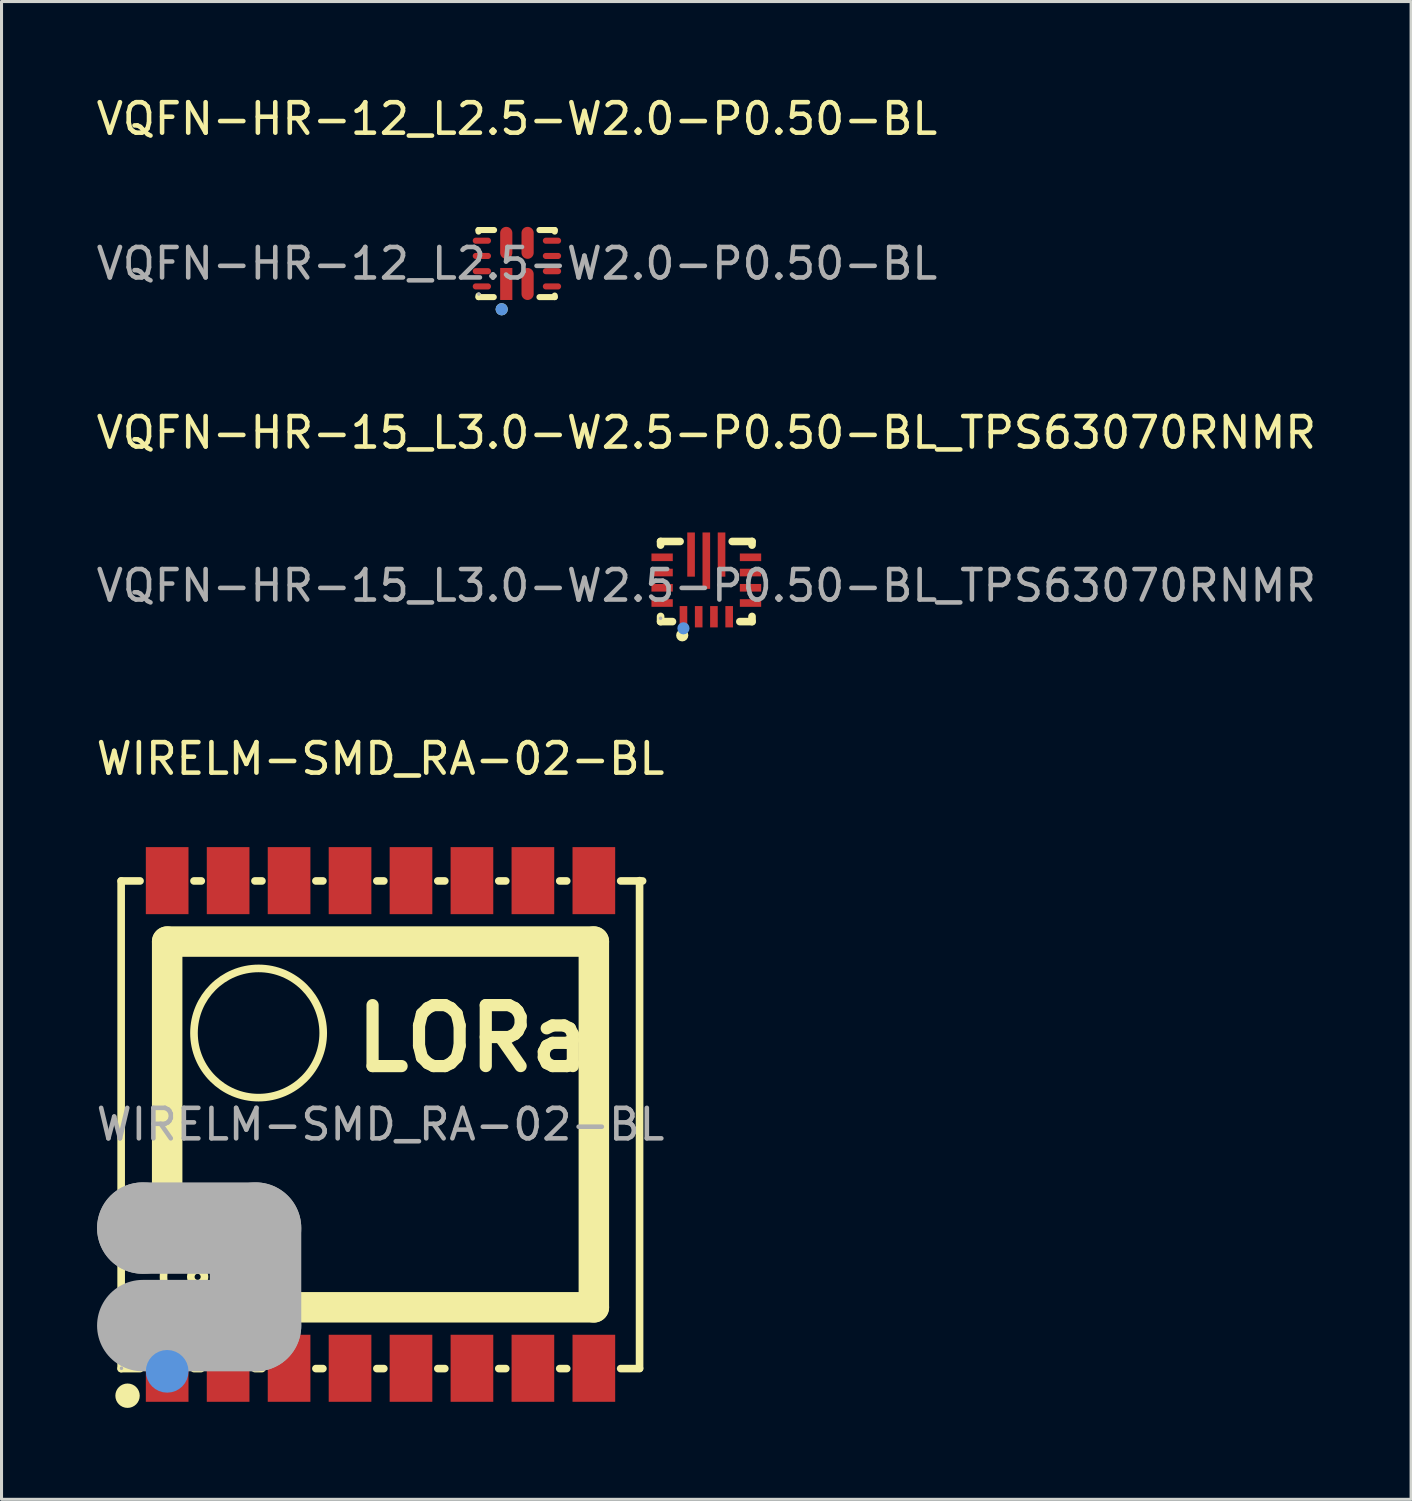
<source format=kicad_pcb>
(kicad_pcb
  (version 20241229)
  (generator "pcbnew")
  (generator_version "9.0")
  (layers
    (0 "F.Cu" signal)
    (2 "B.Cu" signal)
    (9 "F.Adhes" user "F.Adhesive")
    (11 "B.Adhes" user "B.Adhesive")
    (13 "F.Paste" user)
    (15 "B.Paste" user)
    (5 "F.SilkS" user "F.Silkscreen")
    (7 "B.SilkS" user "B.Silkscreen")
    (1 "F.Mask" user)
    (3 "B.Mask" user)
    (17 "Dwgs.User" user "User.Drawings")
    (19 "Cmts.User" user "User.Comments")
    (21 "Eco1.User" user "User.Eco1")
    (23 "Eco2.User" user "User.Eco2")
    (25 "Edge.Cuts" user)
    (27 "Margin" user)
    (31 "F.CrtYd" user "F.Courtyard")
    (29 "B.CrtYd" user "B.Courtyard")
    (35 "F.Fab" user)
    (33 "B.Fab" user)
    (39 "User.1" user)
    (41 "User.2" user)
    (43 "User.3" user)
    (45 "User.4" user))
  (footprint "VQFN-HR-15_L3.0-W2.5-P0.50-BL_TPS63070RNMR"
    (layer "F.Cu")
    (at 20.125 16.166)
    (property "Reference" "VQFN-HR-15_L3.0-W2.5-P0.50-BL_TPS63070RNMR" (at 0 -5.02 0) (layer "F.SilkS") (effects (font (size 1 1) (thickness 0.15))))
    (attr smd)
    (fp_line (start -1.5 -1.45) (end -1.5 -1.33) (stroke (width 0.25) (type solid)) (layer "F.SilkS"))
    (fp_line (start -1.5 1.01) (end -1.5 1.18) (stroke (width 0.25) (type solid)) (layer "F.SilkS"))
    (fp_line (start -1.5 1.18) (end -1.11 1.18) (stroke (width 0.25) (type solid)) (layer "F.SilkS"))
    (fp_line (start -0.86 -1.45) (end -1.5 -1.45) (stroke (width 0.25) (type solid)) (layer "F.SilkS"))
    (fp_line (start 1.1 1.18) (end 1.5 1.18) (stroke (width 0.25) (type solid)) (layer "F.SilkS"))
    (fp_line (start 1.5 -1.45) (end 0.85 -1.45) (stroke (width 0.25) (type solid)) (layer "F.SilkS"))
    (fp_line (start 1.5 -1.33) (end 1.5 -1.45) (stroke (width 0.25) (type solid)) (layer "F.SilkS"))
    (fp_line (start 1.5 1.18) (end 1.5 1.01) (stroke (width 0.25) (type solid)) (layer "F.SilkS"))
    (fp_circle (center -0.79 1.63) (end -0.69 1.63) (stroke (width 0.2) (type solid)) (fill no) (layer "F.SilkS"))
    (fp_circle (center -0.75 1.4) (end -0.65 1.4) (stroke (width 0.2) (type solid)) (fill no) (layer "Cmts.User"))
    (fp_circle (center -1.5 1.07) (end -1.47 1.07) (stroke (width 0.06) (type solid)) (fill no) (layer "F.Fab"))
    (fp_text user "${REFERENCE}" (at 0 0 0) (layer "F.Fab") (effects (font (size 1 1) (thickness 0.15))))
    (pad "1" smd rect (at -0.75 1.02 180) (size 0.25 0.7) (layers "F.Cu" "F.Mask" "F.Paste"))
    (pad "2" smd rect (at -0.25 1.02 180) (size 0.25 0.7) (layers "F.Cu" "F.Mask" "F.Paste"))
    (pad "3" smd rect (at 0.25 1.02 180) (size 0.25 0.7) (layers "F.Cu" "F.Mask" "F.Paste"))
    (pad "4" smd rect (at 0.75 1.02 180) (size 0.25 0.7) (layers "F.Cu" "F.Mask" "F.Paste"))
    (pad "5" smd rect (at 1.45 0.57 270) (size 0.25 0.7) (layers "F.Cu" "F.Mask" "F.Paste"))
    (pad "6" smd rect (at 1.45 0.07 270) (size 0.25 0.7) (layers "F.Cu" "F.Mask" "F.Paste"))
    (pad "7" smd rect (at 1.45 -0.43 270) (size 0.25 0.7) (layers "F.Cu" "F.Mask" "F.Paste"))
    (pad "8" smd rect (at 1.45 -0.93 270) (size 0.25 0.7) (layers "F.Cu" "F.Mask" "F.Paste"))
    (pad "9" smd rect (at 0.5 -1.02) (size 0.25 1.45) (layers "F.Cu" "F.Mask" "F.Paste"))
    (pad "10" smd rect (at 0 -0.82) (size 0.25 1.85) (layers "F.Cu" "F.Mask" "F.Paste"))
    (pad "11" smd rect (at -0.5 -1.02) (size 0.25 1.45) (layers "F.Cu" "F.Mask" "F.Paste"))
    (pad "12" smd rect (at -1.45 -0.93 90) (size 0.25 0.7) (layers "F.Cu" "F.Mask" "F.Paste"))
    (pad "13" smd rect (at -1.45 -0.43 90) (size 0.25 0.7) (layers "F.Cu" "F.Mask" "F.Paste"))
    (pad "14" smd rect (at -1.45 0.07 90) (size 0.25 0.7) (layers "F.Cu" "F.Mask" "F.Paste"))
    (pad "15" smd rect (at -1.45 0.57 90) (size 0.25 0.7) (layers "F.Cu" "F.Mask" "F.Paste")))
  (footprint "VQFN-HR-12_L2.5-W2.0-P0.50-BL"
    (layer "F.Cu")
    (at 13.911 5.598)
    (property "Reference" "VQFN-HR-12_L2.5-W2.0-P0.50-BL" (at 0 -4.75 0) (layer "F.SilkS") (effects (font (size 1 1) (thickness 0.15))))
    (attr smd)
    (fp_line (start -1.26 -1.1) (end -0.75 -1.1) (stroke (width 0.2) (type solid)) (layer "F.SilkS"))
    (fp_line (start -1.26 -1.05) (end -1.26 -1.1) (stroke (width 0.2) (type solid)) (layer "F.SilkS"))
    (fp_line (start -1.26 1.1) (end -1.26 1.05) (stroke (width 0.2) (type solid)) (layer "F.SilkS"))
    (fp_line (start -1.26 1.1) (end -0.76 1.1) (stroke (width 0.2) (type solid)) (layer "F.SilkS"))
    (fp_line (start 0.74 -1.1) (end 1.24 -1.1) (stroke (width 0.2) (type solid)) (layer "F.SilkS"))
    (fp_line (start 0.74 1.1) (end 1.24 1.1) (stroke (width 0.2) (type solid)) (layer "F.SilkS"))
    (fp_line (start 1.24 -1.05) (end 1.24 -1.1) (stroke (width 0.2) (type solid)) (layer "F.SilkS"))
    (fp_line (start 1.24 1.1) (end 1.24 1.05) (stroke (width 0.2) (type solid)) (layer "F.SilkS"))
    (fp_circle (center -0.5 1.5) (end -0.4 1.5) (stroke (width 0.2) (type solid)) (fill no) (layer "F.SilkS"))
    (fp_circle (center -0.5 1.5) (end -0.4 1.5) (stroke (width 0.2) (type solid)) (fill no) (layer "Cmts.User"))
    (fp_circle (center -1.25 1) (end -1.22 1) (stroke (width 0.06) (type solid)) (fill no) (layer "F.Fab"))
    (fp_text user "${REFERENCE}" (at 0 0 0) (layer "F.Fab") (effects (font (size 1 1) (thickness 0.15))))
    (pad "1" smd rect (at -0.35 0.67 270) (size 1.05 0.4) (layers "F.Cu" "F.Mask" "F.Paste"))
    (pad "2" smd oval (at 0.35 0.67 270) (size 1.05 0.4) (layers "F.Cu" "F.Mask" "F.Paste"))
    (pad "3" smd oval (at 1.15 0.75) (size 0.6 0.2) (layers "F.Cu" "F.Mask" "F.Paste"))
    (pad "4" smd oval (at 1.15 0.25) (size 0.6 0.2) (layers "F.Cu" "F.Mask" "F.Paste"))
    (pad "5" smd oval (at 1.15 -0.25) (size 0.6 0.2) (layers "F.Cu" "F.Mask" "F.Paste"))
    (pad "6" smd oval (at 1.15 -0.75) (size 0.6 0.2) (layers "F.Cu" "F.Mask" "F.Paste"))
    (pad "7" smd oval (at 0.35 -0.68 270) (size 1.05 0.4) (layers "F.Cu" "F.Mask" "F.Paste"))
    (pad "8" smd oval (at -0.35 -0.68 270) (size 1.05 0.4) (layers "F.Cu" "F.Mask" "F.Paste"))
    (pad "9" smd oval (at -1.15 -0.75) (size 0.6 0.2) (layers "F.Cu" "F.Mask" "F.Paste"))
    (pad "10" smd oval (at -1.15 -0.25) (size 0.6 0.2) (layers "F.Cu" "F.Mask" "F.Paste"))
    (pad "11" smd oval (at -1.15 0.25) (size 0.6 0.2) (layers "F.Cu" "F.Mask" "F.Paste"))
    (pad "12" smd oval (at -1.15 0.75) (size 0.6 0.2) (layers "F.Cu" "F.Mask" "F.Paste")))
  (footprint "WIRELM-SMD_RA-02-BL"
    (layer "F.Cu")
    (at 9.435 33.845)
    (property "Reference" "WIRELM-SMD_RA-02-BL" (at 0 -12 0) (layer "F.SilkS") (effects (font (size 1 1) (thickness 0.15))))
    (attr smd)
    (fp_line (start -8.51 -7.99) (end -8.51 8.01) (stroke (width 0.25) (type solid)) (layer "F.SilkS"))
    (fp_line (start -8.51 -7.99) (end -7.89 -7.99) (stroke (width 0.25) (type solid)) (layer "F.SilkS"))
    (fp_line (start -8.51 8.01) (end -7.89 8.01) (stroke (width 0.25) (type solid)) (layer "F.SilkS"))
    (fp_line (start -7 -6) (end 7 -6) (stroke (width 1) (type solid)) (layer "F.SilkS"))
    (fp_line (start -7 2) (end -7 -6) (stroke (width 1) (type solid)) (layer "F.SilkS"))
    (fp_line (start -6.12 -7.99) (end -5.88 -7.99) (stroke (width 0.25) (type solid)) (layer "F.SilkS"))
    (fp_line (start -6.12 8.01) (end -5.89 8.01) (stroke (width 0.25) (type solid)) (layer "F.SilkS"))
    (fp_line (start -4.12 -7.99) (end -3.89 -7.99) (stroke (width 0.25) (type solid)) (layer "F.SilkS"))
    (fp_line (start -4.12 8.01) (end -3.89 8.01) (stroke (width 0.25) (type solid)) (layer "F.SilkS"))
    (fp_line (start -2.12 -7.99) (end -1.89 -7.99) (stroke (width 0.25) (type solid)) (layer "F.SilkS"))
    (fp_line (start -2.12 8.01) (end -1.89 8.01) (stroke (width 0.25) (type solid)) (layer "F.SilkS"))
    (fp_line (start -0.12 -7.99) (end 0.11 -7.99) (stroke (width 0.25) (type solid)) (layer "F.SilkS"))
    (fp_line (start -0.12 8.01) (end 0.11 8.01) (stroke (width 0.25) (type solid)) (layer "F.SilkS"))
    (fp_line (start 1.88 -7.99) (end 2.11 -7.99) (stroke (width 0.25) (type solid)) (layer "F.SilkS"))
    (fp_line (start 1.88 8.01) (end 2.11 8.01) (stroke (width 0.25) (type solid)) (layer "F.SilkS"))
    (fp_line (start 3.88 -7.99) (end 4.11 -7.99) (stroke (width 0.25) (type solid)) (layer "F.SilkS"))
    (fp_line (start 3.88 8.01) (end 4.11 8.01) (stroke (width 0.25) (type solid)) (layer "F.SilkS"))
    (fp_line (start 5.88 -7.99) (end 6.11 -7.99) (stroke (width 0.25) (type solid)) (layer "F.SilkS"))
    (fp_line (start 5.88 8.01) (end 6.11 8.01) (stroke (width 0.25) (type solid)) (layer "F.SilkS"))
    (fp_line (start 7 -6) (end 7 6) (stroke (width 1) (type solid)) (layer "F.SilkS"))
    (fp_line (start 7 6) (end -3 6) (stroke (width 1) (type solid)) (layer "F.SilkS"))
    (fp_line (start 7.88 -7.99) (end 8.6 -7.99) (stroke (width 0.25) (type solid)) (layer "F.SilkS"))
    (fp_line (start 7.88 8.01) (end 8.5 8.01) (stroke (width 0.25) (type solid)) (layer "F.SilkS"))
    (fp_line (start 8.5 8) (end 8.5 -8) (stroke (width 0.25) (type solid)) (layer "F.SilkS"))
    (fp_circle (center -8.3 8.9) (end -8.1 8.9) (stroke (width 0.4) (type solid)) (fill no) (layer "F.SilkS"))
    (fp_circle (center -6 5) (end -5.9 5) (stroke (width 0.25) (type solid)) (fill no) (layer "F.SilkS"))
    (fp_circle (center -6 5) (end -4.88 5) (stroke (width 0.25) (type solid)) (fill no) (layer "F.SilkS"))
    (fp_circle (center -4 -3) (end -1.88 -3) (stroke (width 0.25) (type solid)) (fill no) (layer "F.SilkS"))
    (fp_circle (center -7 8.1) (end -6.65 8.1) (stroke (width 0.7) (type solid)) (fill no) (layer "Cmts.User"))
    (fp_line (start -7.8 3.4) (end -7.8 3.4) (stroke (width 3) (type solid)) (layer "F.Fab"))
    (fp_line (start -7.8 3.4) (end -4.1 3.4) (stroke (width 3) (type solid)) (layer "F.Fab"))
    (fp_line (start -4.1 3.4) (end -4.1 6.6) (stroke (width 3) (type solid)) (layer "F.Fab"))
    (fp_line (start -4.1 6.6) (end -7.8 6.6) (stroke (width 3) (type solid)) (layer "F.Fab"))
    (fp_circle (center -8.5 8) (end -8.47 8) (stroke (width 0.06) (type solid)) (fill no) (layer "F.Fab"))
    (fp_text user "LORa" (at -1 -2.82 0) (layer "F.SilkS") (effects (font (size 2 2) (thickness 0.4)) (justify left)))
    (fp_text user "${REFERENCE}" (at 0 0 0) (layer "F.Fab") (effects (font (size 1 1) (thickness 0.15))))
    (pad "1" smd rect (at -7 8 90) (size 2.2 1.4) (layers "F.Cu" "F.Mask" "F.Paste"))
    (pad "2" smd rect (at -5 8 90) (size 2.2 1.4) (layers "F.Cu" "F.Mask" "F.Paste"))
    (pad "3" smd rect (at -3 8 90) (size 2.2 1.4) (layers "F.Cu" "F.Mask" "F.Paste"))
    (pad "4" smd rect (at -1 8 90) (size 2.2 1.4) (layers "F.Cu" "F.Mask" "F.Paste"))
    (pad "5" smd rect (at 1 8 90) (size 2.2 1.4) (layers "F.Cu" "F.Mask" "F.Paste"))
    (pad "6" smd rect (at 3 8 90) (size 2.2 1.4) (layers "F.Cu" "F.Mask" "F.Paste"))
    (pad "7" smd rect (at 5 8 90) (size 2.2 1.4) (layers "F.Cu" "F.Mask" "F.Paste"))
    (pad "8" smd rect (at 7 8 90) (size 2.2 1.4) (layers "F.Cu" "F.Mask" "F.Paste"))
    (pad "9" smd rect (at 7 -8 90) (size 2.2 1.4) (layers "F.Cu" "F.Mask" "F.Paste"))
    (pad "10" smd rect (at 5 -8 90) (size 2.2 1.4) (layers "F.Cu" "F.Mask" "F.Paste"))
    (pad "11" smd rect (at 3 -8 90) (size 2.2 1.4) (layers "F.Cu" "F.Mask" "F.Paste"))
    (pad "12" smd rect (at 1 -8 90) (size 2.2 1.4) (layers "F.Cu" "F.Mask" "F.Paste"))
    (pad "13" smd rect (at -1 -8 90) (size 2.2 1.4) (layers "F.Cu" "F.Mask" "F.Paste"))
    (pad "14" smd rect (at -3 -8 90) (size 2.2 1.4) (layers "F.Cu" "F.Mask" "F.Paste"))
    (pad "15" smd rect (at -5 -8 90) (size 2.2 1.4) (layers "F.Cu" "F.Mask" "F.Paste"))
    (pad "16" smd rect (at -7 -8 90) (size 2.2 1.4) (layers "F.Cu" "F.Mask" "F.Paste")))
  (gr_rect
    (start -3 -3)
    (end 43.25 46.145)
    (stroke (width 0.1) (type default))
    (fill no)
    (layer "Edge.Cuts")))
</source>
